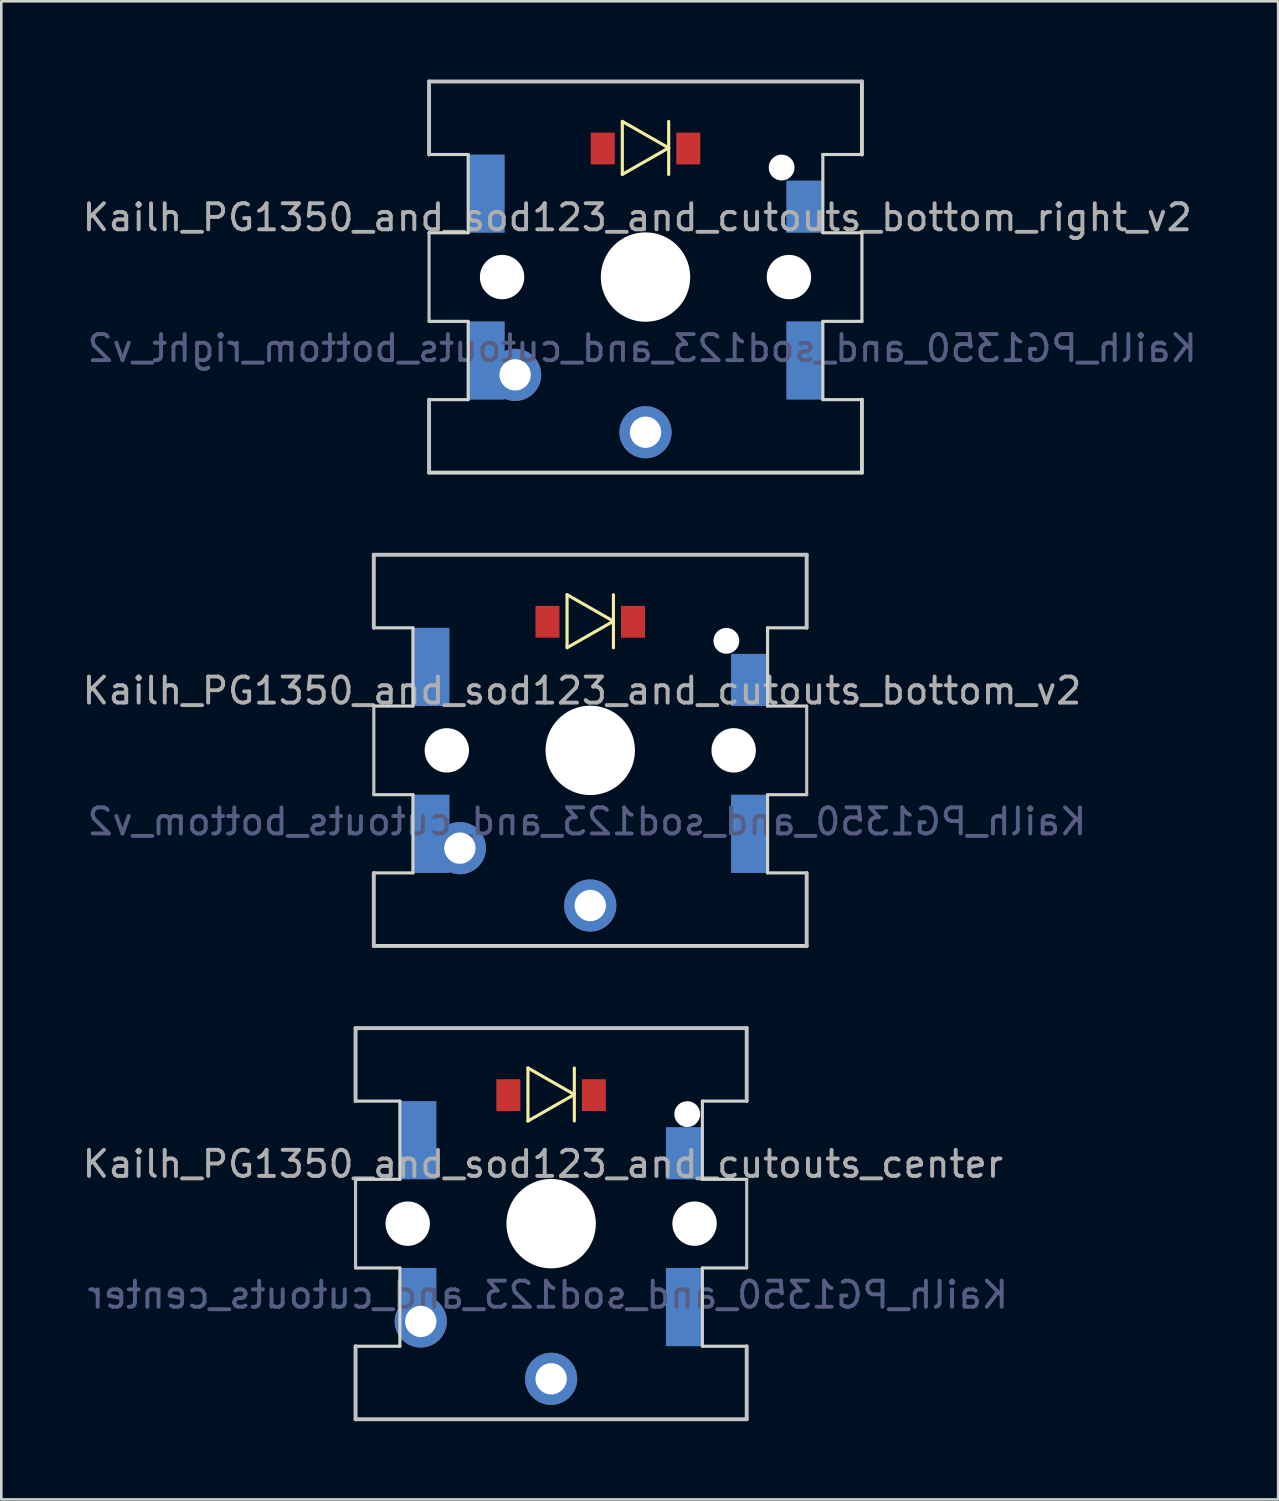
<source format=kicad_pcb>
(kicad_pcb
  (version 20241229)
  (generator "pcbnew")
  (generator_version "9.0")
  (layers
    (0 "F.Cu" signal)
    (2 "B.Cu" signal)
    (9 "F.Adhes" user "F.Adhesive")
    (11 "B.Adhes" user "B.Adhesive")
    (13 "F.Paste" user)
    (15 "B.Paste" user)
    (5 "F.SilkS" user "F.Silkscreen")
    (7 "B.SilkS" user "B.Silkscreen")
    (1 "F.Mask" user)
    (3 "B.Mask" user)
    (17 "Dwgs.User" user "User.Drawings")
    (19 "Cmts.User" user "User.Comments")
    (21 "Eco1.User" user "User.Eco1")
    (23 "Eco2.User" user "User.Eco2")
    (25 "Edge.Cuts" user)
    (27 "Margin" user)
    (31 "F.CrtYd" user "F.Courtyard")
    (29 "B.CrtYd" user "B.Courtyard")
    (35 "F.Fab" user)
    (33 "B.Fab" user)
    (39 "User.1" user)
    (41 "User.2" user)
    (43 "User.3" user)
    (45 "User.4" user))
  (footprint "Kailh_PG1350_and_sod123_and_cutouts_center"
    (layer "F.Cu")
    (at 18.085 43.875)
    (property "Reference" "Kailh_PG1350_and_sod123_and_cutouts_center" (at -0.318 -2.286 0) (layer "F.Fab") (effects (font (size 1 1) (thickness 0.15))))
    (attr smd)
    (fp_line (start -0.889 -5.969) (end -0.889 -3.937) (stroke (width 0.12) (type solid)) (layer "F.SilkS"))
    (fp_line (start -0.889 -5.969) (end 0.889 -4.953) (stroke (width 0.12) (type solid)) (layer "F.SilkS"))
    (fp_line (start 0.889 -4.953) (end -0.889 -3.937) (stroke (width 0.12) (type solid)) (layer "F.SilkS"))
    (fp_line (start 0.889 -3.937) (end 0.889 -5.969) (stroke (width 0.12) (type solid)) (layer "F.SilkS"))
    (fp_line (start -7.5 -7.5) (end 7.5 -7.5) (stroke (width 0.15) (type solid)) (layer "Dwgs.User"))
    (fp_line (start -7.5 -4.7) (end -7.5 -7.5) (stroke (width 0.15) (type solid)) (layer "Dwgs.User"))
    (fp_line (start -7.5 1.7) (end -7.5 -1.7) (stroke (width 0.12) (type solid)) (layer "Dwgs.User"))
    (fp_line (start -7.5 7.5) (end -7.5 4.7) (stroke (width 0.15) (type solid)) (layer "Dwgs.User"))
    (fp_line (start 7.5 -7.5) (end 7.5 -4.7) (stroke (width 0.15) (type solid)) (layer "Dwgs.User"))
    (fp_line (start 7.5 1.7) (end 7.5 -1.7) (stroke (width 0.12) (type solid)) (layer "Dwgs.User"))
    (fp_line (start 7.5 7.5) (end -7.5 7.5) (stroke (width 0.15) (type solid)) (layer "Dwgs.User"))
    (fp_line (start 7.5 7.5) (end 7.5 4.7) (stroke (width 0.15) (type solid)) (layer "Dwgs.User"))
    (fp_line (start -7.5 -4.7) (end -5.8 -4.7) (stroke (width 0.12) (type solid)) (layer "Edge.Cuts"))
    (fp_line (start -7.5 -1.7) (end -5.8 -1.7) (stroke (width 0.12) (type solid)) (layer "Edge.Cuts"))
    (fp_line (start -7.5 1.7) (end -5.8 1.7) (stroke (width 0.12) (type solid)) (layer "Edge.Cuts"))
    (fp_line (start -7.5 4.7) (end -5.8 4.7) (stroke (width 0.12) (type solid)) (layer "Edge.Cuts"))
    (fp_line (start -5.8 -4.7) (end -5.8 -1.7) (stroke (width 0.12) (type solid)) (layer "Edge.Cuts"))
    (fp_line (start -5.8 4.7) (end -5.8 1.7) (stroke (width 0.12) (type solid)) (layer "Edge.Cuts"))
    (fp_line (start 5.8 -4.7) (end 7.5 -4.7) (stroke (width 0.12) (type solid)) (layer "Edge.Cuts"))
    (fp_line (start 5.8 -1.7) (end 5.8 -4.7) (stroke (width 0.12) (type solid)) (layer "Edge.Cuts"))
    (fp_line (start 5.8 -1.7) (end 7.5 -1.7) (stroke (width 0.12) (type solid)) (layer "Edge.Cuts"))
    (fp_line (start 5.8 1.7) (end 7.5 1.7) (stroke (width 0.12) (type solid)) (layer "Edge.Cuts"))
    (fp_line (start 5.8 4.7) (end 5.8 1.7) (stroke (width 0.12) (type solid)) (layer "Edge.Cuts"))
    (fp_line (start 5.8 4.7) (end 7.5 4.7) (stroke (width 0.12) (type solid)) (layer "Edge.Cuts"))
    (fp_text user "${REFERENCE}" (at -0.127 2.731 0) (layer "B.Fab") (effects (font (size 1 1) (thickness 0.15)) (justify mirror)))
    (pad "" np_thru_hole circle (at -5.5 0) (size 1.702 1.702) (drill 1.702) (layers "*.Cu" "*.Mask"))
    (pad "" np_thru_hole circle (at 0 0) (size 3.429 3.429) (drill 3.429) (layers "*.Cu" "*.Mask"))
    (pad "" np_thru_hole circle (at 5.22 -4.2) (size 0.991 0.991) (drill 0.991) (layers "*.Cu" "*.Mask"))
    (pad "" np_thru_hole circle (at 5.5 0) (size 1.702 1.702) (drill 1.702) (layers "*.Cu" "*.Mask"))
    (pad "1" smd rect (at -5.1 -3.2) (size 1.4 3) (layers "B.Cu" "B.Mask" "B.Paste"))
    (pad "1" smd rect (at -5.1 2.4) (size 1.4 1.4) (layers "B.Cu" "B.Mask" "B.Paste"))
    (pad "1" thru_hole circle (at -5 3.75) (size 2 2) (drill 1.2) (layers "*.Cu" "*.Mask"))
    (pad "2" thru_hole circle (at 0 5.95) (size 2 2) (drill 1.2) (layers "*.Cu" "*.Mask"))
    (pad "A" smd rect (at -1.64 -4.93) (size 0.92 1.22) (layers "F.Cu" "F.Mask" "F.Paste"))
    (pad "K" smd rect (at 1.64 -4.93) (size 0.92 1.22) (layers "F.Cu" "F.Mask" "F.Paste"))
    (pad "K" smd rect (at 5.1 -2.7) (size 1.4 2) (layers "B.Cu" "B.Mask" "B.Paste"))
    (pad "K" smd rect (at 5.1 3.2) (size 1.4 3) (layers "B.Cu" "B.Mask" "B.Paste")))
  (footprint "Kailh_PG1350_and_sod123_and_cutouts_bottom_right_v2"
    (layer "F.Cu")
    (at 21.704 7.575)
    (property "Reference" "Kailh_PG1350_and_sod123_and_cutouts_bottom_right_v2" (at -0.318 -2.286 0) (layer "F.Fab") (effects (font (size 1 1) (thickness 0.15))))
    (attr smd)
    (fp_line (start -0.889 -5.969) (end -0.889 -3.937) (stroke (width 0.12) (type solid)) (layer "F.SilkS"))
    (fp_line (start -0.889 -5.969) (end 0.889 -4.953) (stroke (width 0.12) (type solid)) (layer "F.SilkS"))
    (fp_line (start 0.889 -4.953) (end -0.889 -3.937) (stroke (width 0.12) (type solid)) (layer "F.SilkS"))
    (fp_line (start 0.889 -3.937) (end 0.889 -5.969) (stroke (width 0.12) (type solid)) (layer "F.SilkS"))
    (fp_line (start -8.3 -4.7) (end -8.3 -7.5) (stroke (width 0.15) (type solid)) (layer "Dwgs.User"))
    (fp_line (start -8.3 1.7) (end -8.3 -1.7) (stroke (width 0.12) (type solid)) (layer "Dwgs.User"))
    (fp_line (start -8.3 7.5) (end -8.3 4.7) (stroke (width 0.15) (type solid)) (layer "Dwgs.User"))
    (fp_line (start 8.3 -7.5) (end -8.3 -7.5) (stroke (width 0.15) (type solid)) (layer "Dwgs.User"))
    (fp_line (start -8.3 -4.7) (end -6.8 -4.7) (stroke (width 0.12) (type solid)) (layer "Edge.Cuts"))
    (fp_line (start -8.3 -1.7) (end -6.8 -1.7) (stroke (width 0.12) (type solid)) (layer "Edge.Cuts"))
    (fp_line (start -8.3 1.7) (end -6.8 1.7) (stroke (width 0.12) (type solid)) (layer "Edge.Cuts"))
    (fp_line (start -8.3 4.7) (end -6.8 4.7) (stroke (width 0.12) (type solid)) (layer "Edge.Cuts"))
    (fp_line (start -8.3 7.5) (end 8.3 7.5) (stroke (width 0.15) (type solid)) (layer "Edge.Cuts"))
    (fp_line (start -6.8 -4.7) (end -6.8 -1.7) (stroke (width 0.12) (type solid)) (layer "Edge.Cuts"))
    (fp_line (start -6.8 4.7) (end -6.8 1.7) (stroke (width 0.12) (type solid)) (layer "Edge.Cuts"))
    (fp_line (start 6.8 -4.7) (end 8.3 -4.7) (stroke (width 0.12) (type solid)) (layer "Edge.Cuts"))
    (fp_line (start 6.8 -1.7) (end 6.8 -4.7) (stroke (width 0.12) (type solid)) (layer "Edge.Cuts"))
    (fp_line (start 6.8 -1.7) (end 8.3 -1.7) (stroke (width 0.12) (type solid)) (layer "Edge.Cuts"))
    (fp_line (start 6.8 1.7) (end 8.3 1.7) (stroke (width 0.12) (type solid)) (layer "Edge.Cuts"))
    (fp_line (start 6.8 4.7) (end 6.8 1.7) (stroke (width 0.12) (type solid)) (layer "Edge.Cuts"))
    (fp_line (start 6.8 4.7) (end 8.3 4.7) (stroke (width 0.12) (type solid)) (layer "Edge.Cuts"))
    (fp_line (start 8.3 -7.5) (end 8.3 -4.7) (stroke (width 0.15) (type solid)) (layer "Edge.Cuts"))
    (fp_line (start 8.3 1.7) (end 8.3 -1.7) (stroke (width 0.12) (type solid)) (layer "Edge.Cuts"))
    (fp_line (start 8.3 7.5) (end 8.3 4.7) (stroke (width 0.15) (type solid)) (layer "Edge.Cuts"))
    (fp_text user "${REFERENCE}" (at -0.127 2.731 0) (layer "B.Fab") (effects (font (size 1 1) (thickness 0.15)) (justify mirror)))
    (pad "" np_thru_hole circle (at -5.5 0) (size 1.702 1.702) (drill 1.702) (layers "*.Cu" "*.Mask"))
    (pad "" np_thru_hole circle (at 0 0) (size 3.429 3.429) (drill 3.429) (layers "*.Cu" "*.Mask"))
    (pad "" np_thru_hole circle (at 5.22 -4.2) (size 0.991 0.991) (drill 0.991) (layers "*.Cu" "*.Mask"))
    (pad "" np_thru_hole circle (at 5.5 0) (size 1.702 1.702) (drill 1.702) (layers "*.Cu" "*.Mask"))
    (pad "1" smd rect (at -6.1 -3.2) (size 1.4 3) (layers "B.Cu" "B.Mask" "B.Paste"))
    (pad "1" smd rect (at -6.1 3.2) (size 1.4 3) (layers "B.Cu" "B.Mask" "B.Paste"))
    (pad "1" thru_hole circle (at -5 3.75) (size 2 2) (drill 1.2) (layers "*.Cu" "*.Mask"))
    (pad "2" thru_hole circle (at 0 5.95) (size 2 2) (drill 1.2) (layers "*.Cu" "*.Mask"))
    (pad "A" smd rect (at -1.64 -4.93) (size 0.92 1.22) (layers "F.Cu" "F.Mask" "F.Paste"))
    (pad "K" smd rect (at 1.64 -4.93) (size 0.92 1.22) (layers "F.Cu" "F.Mask" "F.Paste"))
    (pad "K" smd rect (at 6.1 -2.7) (size 1.4 2) (layers "B.Cu" "B.Mask" "B.Paste"))
    (pad "K" smd rect (at 6.1 3.2) (size 1.4 3) (layers "B.Cu" "B.Mask" "B.Paste")))
  (footprint "Kailh_PG1350_and_sod123_and_cutouts_bottom_v2"
    (layer "F.Cu")
    (at 19.585 25.725)
    (property "Reference" "Kailh_PG1350_and_sod123_and_cutouts_bottom_v2" (at -0.318 -2.286 0) (layer "F.Fab") (effects (font (size 1 1) (thickness 0.15))))
    (attr smd)
    (fp_line (start -0.889 -5.969) (end -0.889 -3.937) (stroke (width 0.12) (type solid)) (layer "F.SilkS"))
    (fp_line (start -0.889 -5.969) (end 0.889 -4.953) (stroke (width 0.12) (type solid)) (layer "F.SilkS"))
    (fp_line (start 0.889 -4.953) (end -0.889 -3.937) (stroke (width 0.12) (type solid)) (layer "F.SilkS"))
    (fp_line (start 0.889 -3.937) (end 0.889 -5.969) (stroke (width 0.12) (type solid)) (layer "F.SilkS"))
    (fp_line (start -8.3 -7.5) (end 8.3 -7.5) (stroke (width 0.15) (type solid)) (layer "Dwgs.User"))
    (fp_line (start -8.3 -4.7) (end -8.3 -7.5) (stroke (width 0.15) (type solid)) (layer "Dwgs.User"))
    (fp_line (start -8.3 1.7) (end -8.3 -1.7) (stroke (width 0.12) (type solid)) (layer "Dwgs.User"))
    (fp_line (start -8.3 7.5) (end -8.3 4.7) (stroke (width 0.15) (type solid)) (layer "Dwgs.User"))
    (fp_line (start 8.3 -7.5) (end 8.3 -4.7) (stroke (width 0.15) (type solid)) (layer "Dwgs.User"))
    (fp_line (start 8.3 1.7) (end 8.3 -1.7) (stroke (width 0.12) (type solid)) (layer "Dwgs.User"))
    (fp_line (start 8.3 7.5) (end 8.3 4.7) (stroke (width 0.15) (type solid)) (layer "Dwgs.User"))
    (fp_line (start -8.3 -4.7) (end -6.8 -4.7) (stroke (width 0.12) (type solid)) (layer "Edge.Cuts"))
    (fp_line (start -8.3 -1.7) (end -6.8 -1.7) (stroke (width 0.12) (type solid)) (layer "Edge.Cuts"))
    (fp_line (start -8.3 1.7) (end -6.8 1.7) (stroke (width 0.12) (type solid)) (layer "Edge.Cuts"))
    (fp_line (start -8.3 4.7) (end -6.8 4.7) (stroke (width 0.12) (type solid)) (layer "Edge.Cuts"))
    (fp_line (start -6.8 -4.7) (end -6.8 -1.7) (stroke (width 0.12) (type solid)) (layer "Edge.Cuts"))
    (fp_line (start -6.8 4.7) (end -6.8 1.7) (stroke (width 0.12) (type solid)) (layer "Edge.Cuts"))
    (fp_line (start 6.8 -4.7) (end 8.3 -4.7) (stroke (width 0.12) (type solid)) (layer "Edge.Cuts"))
    (fp_line (start 6.8 -1.7) (end 6.8 -4.7) (stroke (width 0.12) (type solid)) (layer "Edge.Cuts"))
    (fp_line (start 6.8 -1.7) (end 8.3 -1.7) (stroke (width 0.12) (type solid)) (layer "Edge.Cuts"))
    (fp_line (start 6.8 1.7) (end 8.3 1.7) (stroke (width 0.12) (type solid)) (layer "Edge.Cuts"))
    (fp_line (start 6.8 4.7) (end 6.8 1.7) (stroke (width 0.12) (type solid)) (layer "Edge.Cuts"))
    (fp_line (start 6.8 4.7) (end 8.3 4.7) (stroke (width 0.12) (type solid)) (layer "Edge.Cuts"))
    (fp_line (start 8.3 7.5) (end -8.3 7.5) (stroke (width 0.15) (type solid)) (layer "Edge.Cuts"))
    (fp_text user "${REFERENCE}" (at -0.127 2.731 0) (layer "B.Fab") (effects (font (size 1 1) (thickness 0.15)) (justify mirror)))
    (pad "" np_thru_hole circle (at -5.5 0) (size 1.702 1.702) (drill 1.702) (layers "*.Cu" "*.Mask"))
    (pad "" np_thru_hole circle (at 0 0) (size 3.429 3.429) (drill 3.429) (layers "*.Cu" "*.Mask"))
    (pad "" np_thru_hole circle (at 5.22 -4.2) (size 0.991 0.991) (drill 0.991) (layers "*.Cu" "*.Mask"))
    (pad "" np_thru_hole circle (at 5.5 0) (size 1.702 1.702) (drill 1.702) (layers "*.Cu" "*.Mask"))
    (pad "1" smd rect (at -6.1 -3.2) (size 1.4 3) (layers "B.Cu" "B.Mask" "B.Paste"))
    (pad "1" smd rect (at -6.1 3.2) (size 1.4 3) (layers "B.Cu" "B.Mask" "B.Paste"))
    (pad "1" thru_hole circle (at -5 3.75) (size 2 2) (drill 1.2) (layers "*.Cu" "*.Mask"))
    (pad "2" thru_hole circle (at 0 5.95) (size 2 2) (drill 1.2) (layers "*.Cu" "*.Mask"))
    (pad "A" smd rect (at -1.64 -4.93) (size 0.92 1.22) (layers "F.Cu" "F.Mask" "F.Paste"))
    (pad "K" smd rect (at 1.64 -4.93) (size 0.92 1.22) (layers "F.Cu" "F.Mask" "F.Paste"))
    (pad "K" smd rect (at 6.1 -2.7) (size 1.4 2) (layers "B.Cu" "B.Mask" "B.Paste"))
    (pad "K" smd rect (at 6.1 3.2) (size 1.4 3) (layers "B.Cu" "B.Mask" "B.Paste")))
  (gr_rect
    (start -3 -3)
    (end 45.964 54.45)
    (stroke (width 0.1) (type default))
    (fill no)
    (layer "Edge.Cuts")))
</source>
